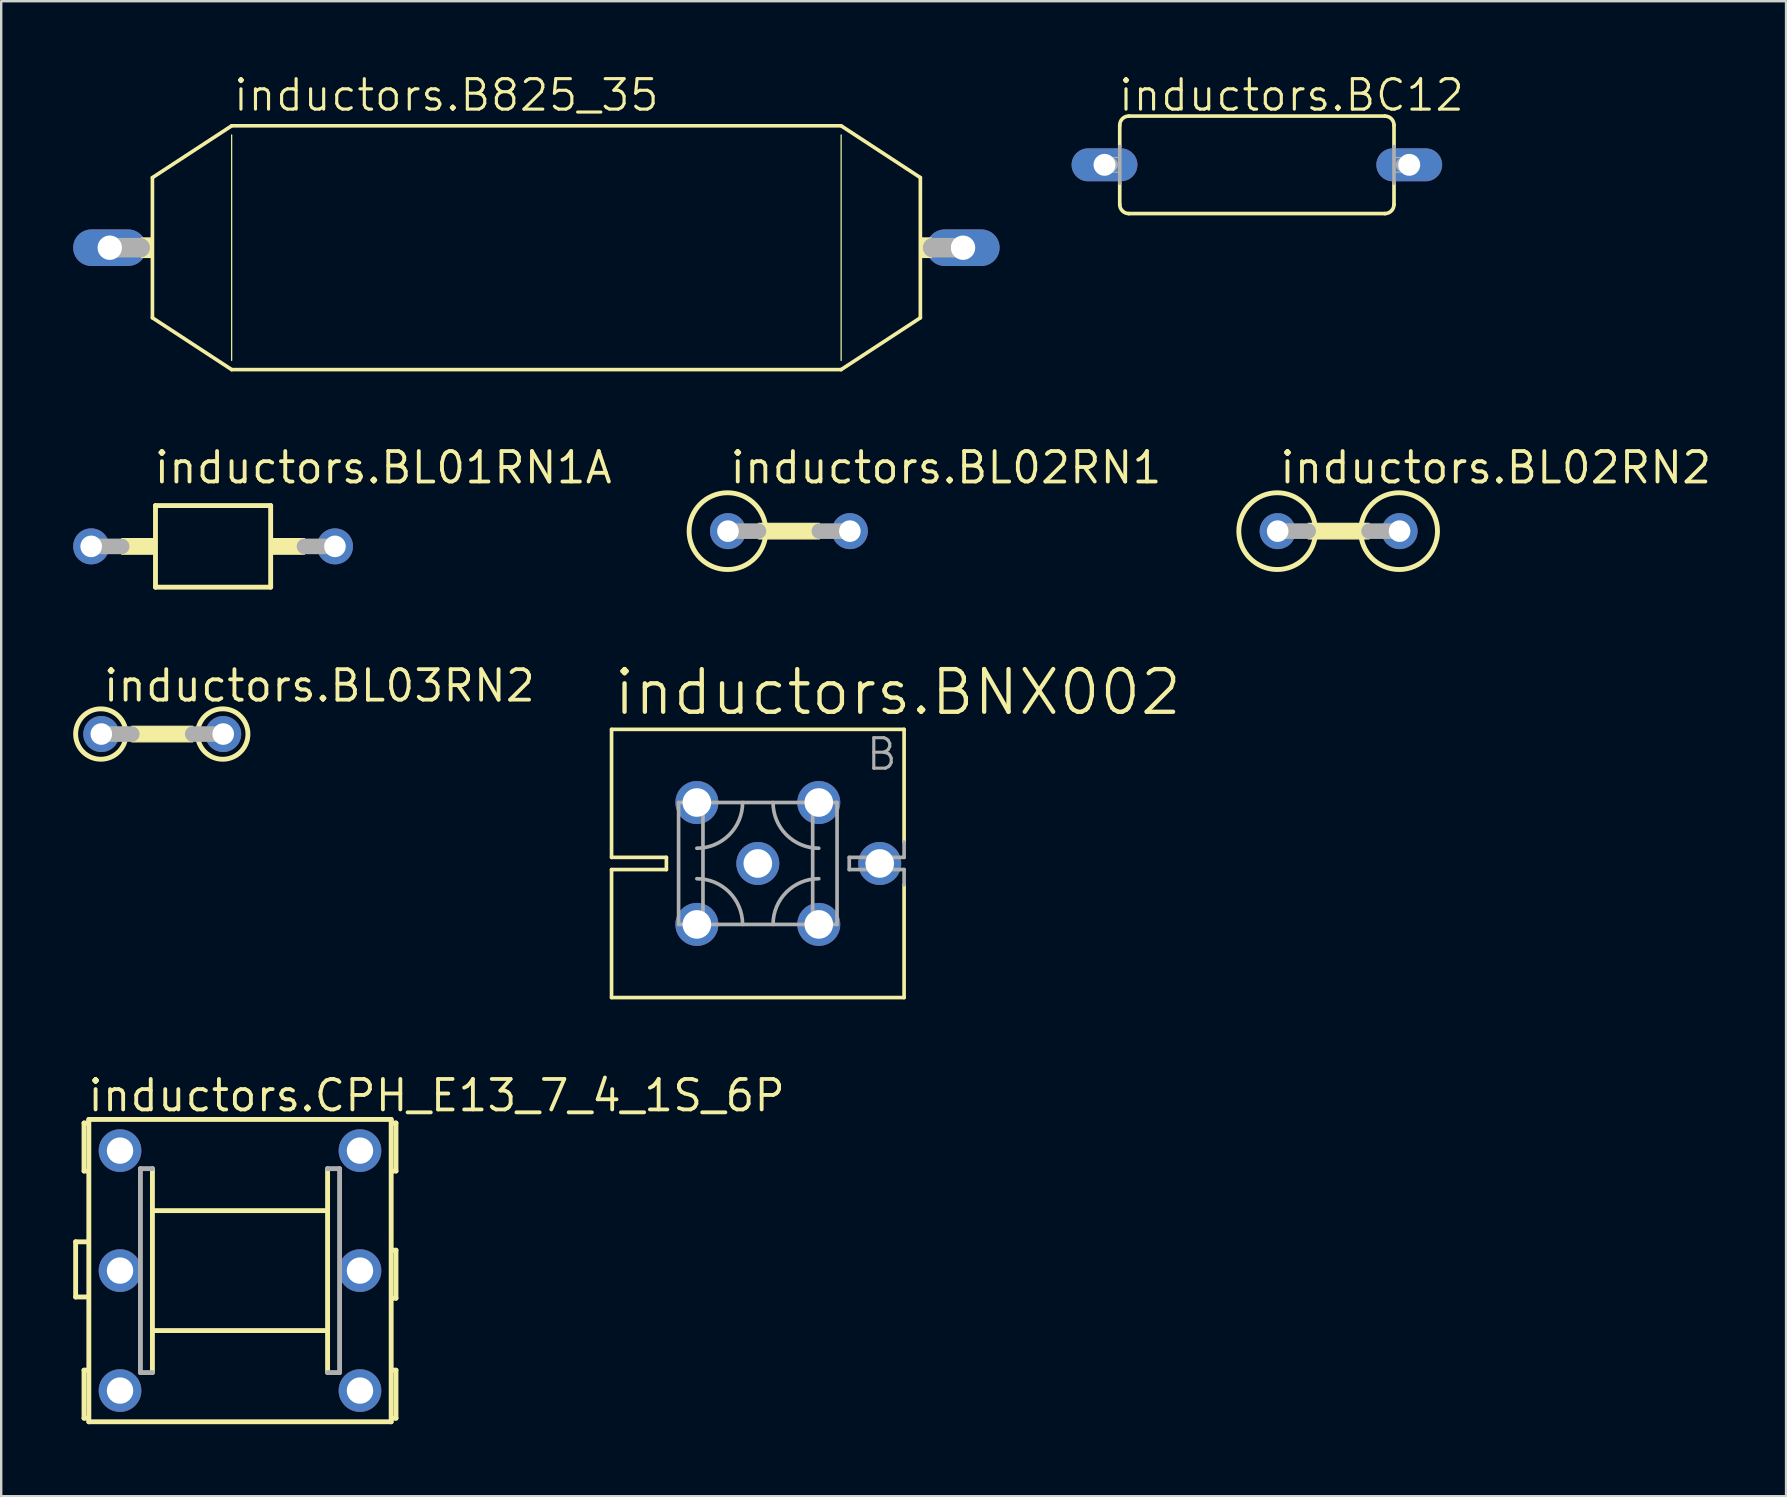
<source format=kicad_pcb>
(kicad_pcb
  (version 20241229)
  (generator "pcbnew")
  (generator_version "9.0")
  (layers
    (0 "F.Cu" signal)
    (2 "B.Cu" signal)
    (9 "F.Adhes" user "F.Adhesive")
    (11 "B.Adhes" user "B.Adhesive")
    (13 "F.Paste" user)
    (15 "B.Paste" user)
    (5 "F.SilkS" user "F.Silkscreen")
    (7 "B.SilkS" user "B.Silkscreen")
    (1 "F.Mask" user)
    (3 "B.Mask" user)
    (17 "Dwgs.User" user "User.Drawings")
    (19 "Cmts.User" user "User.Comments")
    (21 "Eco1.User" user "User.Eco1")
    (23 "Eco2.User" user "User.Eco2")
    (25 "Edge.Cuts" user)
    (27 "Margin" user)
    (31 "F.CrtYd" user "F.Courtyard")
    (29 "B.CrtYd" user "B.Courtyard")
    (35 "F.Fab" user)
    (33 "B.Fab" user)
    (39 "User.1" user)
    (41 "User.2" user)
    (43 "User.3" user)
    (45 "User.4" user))
  (footprint "inductors.BL02RN2"
    (layer "F.Cu")
    (at 52.737 19.085)
    (property "Reference" "inductors.BL02RN2" (at -2.54 -1.905 0) (layer "F.SilkS") (effects (font (size 1.27 1.27) (thickness 0.16)) (justify left bottom)))
    (attr through_hole)
    (fp_rect (start -1.27 0.325) (end 1.27 -0.325) (stroke (width 0.05) (type default)) (fill yes) (layer "F.SilkS"))
    (fp_circle (center -2.56 0) (end -0.96 0) (stroke (width 0.203) (type default)) (fill no) (layer "F.SilkS"))
    (fp_circle (center 2.52 0) (end 4.12 0) (stroke (width 0.203) (type default)) (fill no) (layer "F.SilkS"))
    (fp_line (start -2.54 0) (end -1.27 0) (stroke (width 0.65) (type default)) (layer "F.Fab"))
    (fp_line (start 2.54 0) (end 1.27 0) (stroke (width 0.65) (type default)) (layer "F.Fab"))
    (pad "1" thru_hole circle (at -2.54 0) (size 1.5 1.5) (drill 0.9) (layers "*.Cu" "*.Mask"))
    (pad "2" thru_hole circle (at 2.54 0) (size 1.5 1.5) (drill 0.9) (layers "*.Cu" "*.Mask")))
  (footprint "inductors.CPH_E13_7_4_1S_6P"
    (layer "F.Cu")
    (at 6.952 49.902)
    (property "Reference" "inductors.CPH_E13_7_4_1S_6P" (at -6.426 -6.553 0) (layer "F.SilkS") (effects (font (size 1.27 1.27) (thickness 0.16)) (justify left bottom)))
    (attr through_hole)
    (fp_line (start -6.85 -1.2) (end -6.35 -1.2) (stroke (width 0.203) (type default)) (layer "F.SilkS"))
    (fp_line (start -6.85 1.1) (end -6.85 -1.2) (stroke (width 0.203) (type default)) (layer "F.SilkS"))
    (fp_line (start -6.5 -6.15) (end -6.35 -6.15) (stroke (width 0.203) (type default)) (layer "F.SilkS"))
    (fp_line (start -6.5 -4.15) (end -6.5 -6.15) (stroke (width 0.203) (type default)) (layer "F.SilkS"))
    (fp_line (start -6.5 6.15) (end -6.5 4.15) (stroke (width 0.203) (type default)) (layer "F.SilkS"))
    (fp_line (start -6.35 -4.15) (end -6.5 -4.15) (stroke (width 0.203) (type default)) (layer "F.SilkS"))
    (fp_line (start -6.35 1.1) (end -6.85 1.1) (stroke (width 0.203) (type default)) (layer "F.SilkS"))
    (fp_line (start -6.35 4.15) (end -6.5 4.15) (stroke (width 0.203) (type default)) (layer "F.SilkS"))
    (fp_line (start -6.35 6.15) (end -6.5 6.15) (stroke (width 0.203) (type default)) (layer "F.SilkS"))
    (fp_line (start -6.3 -6.3) (end 6.3 -6.3) (stroke (width 0.203) (type default)) (layer "F.SilkS"))
    (fp_line (start -6.3 6.3) (end -6.3 -6.3) (stroke (width 0.203) (type default)) (layer "F.SilkS"))
    (fp_line (start -3.65 -2.5) (end -3.65 -4.25) (stroke (width 0.203) (type default)) (layer "F.SilkS"))
    (fp_line (start -3.65 -2.5) (end 3.65 -2.5) (stroke (width 0.203) (type default)) (layer "F.SilkS"))
    (fp_line (start -3.65 2.5) (end -3.65 -2.5) (stroke (width 0.203) (type default)) (layer "F.SilkS"))
    (fp_line (start -3.65 4.25) (end -3.65 2.5) (stroke (width 0.203) (type default)) (layer "F.SilkS"))
    (fp_line (start 3.65 -4.25) (end 3.65 -2.5) (stroke (width 0.203) (type default)) (layer "F.SilkS"))
    (fp_line (start 3.65 -2.5) (end 3.65 2.5) (stroke (width 0.203) (type default)) (layer "F.SilkS"))
    (fp_line (start 3.65 2.5) (end -3.65 2.5) (stroke (width 0.203) (type default)) (layer "F.SilkS"))
    (fp_line (start 3.65 2.5) (end 3.65 4.25) (stroke (width 0.203) (type default)) (layer "F.SilkS"))
    (fp_line (start 6.3 -6.3) (end 6.3 6.3) (stroke (width 0.203) (type default)) (layer "F.SilkS"))
    (fp_line (start 6.3 6.3) (end -6.3 6.3) (stroke (width 0.203) (type default)) (layer "F.SilkS"))
    (fp_line (start 6.35 -6.15) (end 6.5 -6.15) (stroke (width 0.203) (type default)) (layer "F.SilkS"))
    (fp_line (start 6.35 -4.15) (end 6.5 -4.15) (stroke (width 0.203) (type default)) (layer "F.SilkS"))
    (fp_line (start 6.35 -0.85) (end 6.5 -0.85) (stroke (width 0.203) (type default)) (layer "F.SilkS"))
    (fp_line (start 6.35 4.15) (end 6.5 4.15) (stroke (width 0.203) (type default)) (layer "F.SilkS"))
    (fp_line (start 6.5 -6.15) (end 6.5 -4.15) (stroke (width 0.203) (type default)) (layer "F.SilkS"))
    (fp_line (start 6.5 -0.85) (end 6.5 1.15) (stroke (width 0.203) (type default)) (layer "F.SilkS"))
    (fp_line (start 6.5 1.15) (end 6.35 1.15) (stroke (width 0.203) (type default)) (layer "F.SilkS"))
    (fp_line (start 6.5 4.15) (end 6.5 6.15) (stroke (width 0.203) (type default)) (layer "F.SilkS"))
    (fp_line (start 6.5 6.15) (end 6.35 6.15) (stroke (width 0.203) (type default)) (layer "F.SilkS"))
    (fp_line (start -4.15 -4.25) (end -3.65 -4.25) (stroke (width 0.203) (type default)) (layer "F.Fab"))
    (fp_line (start -4.15 4.25) (end -4.15 -4.25) (stroke (width 0.203) (type default)) (layer "F.Fab"))
    (fp_line (start -3.65 4.25) (end -4.15 4.25) (stroke (width 0.203) (type default)) (layer "F.Fab"))
    (fp_line (start 3.65 -4.25) (end 4.15 -4.25) (stroke (width 0.203) (type default)) (layer "F.Fab"))
    (fp_line (start 4.15 -4.25) (end 4.15 4.25) (stroke (width 0.203) (type default)) (layer "F.Fab"))
    (fp_line (start 4.15 4.25) (end 3.65 4.25) (stroke (width 0.203) (type default)) (layer "F.Fab"))
    (pad "1" thru_hole circle (at -5 -5 270) (size 1.778 1.778) (drill 1.1) (layers "*.Cu" "*.Mask"))
    (pad "2" thru_hole circle (at -5 0 270) (size 1.778 1.778) (drill 1.1) (layers "*.Cu" "*.Mask"))
    (pad "3" thru_hole circle (at -5 5 270) (size 1.778 1.778) (drill 1.1) (layers "*.Cu" "*.Mask"))
    (pad "4" thru_hole circle (at 5 5 270) (size 1.778 1.778) (drill 1.1) (layers "*.Cu" "*.Mask"))
    (pad "5" thru_hole circle (at 5 0 270) (size 1.778 1.778) (drill 1.1) (layers "*.Cu" "*.Mask"))
    (pad "6" thru_hole circle (at 5 -5 270) (size 1.778 1.778) (drill 1.1) (layers "*.Cu" "*.Mask")))
  (footprint "inductors.BL02RN1"
    (layer "F.Cu")
    (at 29.828 19.085)
    (property "Reference" "inductors.BL02RN1" (at -2.54 -1.905 0) (layer "F.SilkS") (effects (font (size 1.27 1.27) (thickness 0.16)) (justify left bottom)))
    (attr through_hole)
    (fp_rect (start -1.27 0.325) (end 1.27 -0.325) (stroke (width 0.05) (type default)) (fill yes) (layer "F.SilkS"))
    (fp_circle (center -2.56 0) (end -0.96 0) (stroke (width 0.203) (type default)) (fill no) (layer "F.SilkS"))
    (fp_line (start -2.54 0) (end -1.27 0) (stroke (width 0.65) (type default)) (layer "F.Fab"))
    (fp_line (start 2.54 0) (end 1.27 0) (stroke (width 0.65) (type default)) (layer "F.Fab"))
    (pad "1" thru_hole circle (at -2.54 0) (size 1.5 1.5) (drill 0.9) (layers "*.Cu" "*.Mask"))
    (pad "2" thru_hole circle (at 2.54 0) (size 1.5 1.5) (drill 0.9) (layers "*.Cu" "*.Mask")))
  (footprint "inductors.BL01RN1A"
    (layer "F.Cu")
    (at 5.83 19.72)
    (property "Reference" "inductors.BL01RN1A" (at -2.54 -2.54 0) (layer "F.SilkS") (effects (font (size 1.27 1.27) (thickness 0.16)) (justify left bottom)))
    (attr through_hole)
    (fp_line (start -2.4 -1.7) (end 2.4 -1.7) (stroke (width 0.203) (type default)) (layer "F.SilkS"))
    (fp_line (start -2.4 1.7) (end -2.4 -1.7) (stroke (width 0.203) (type default)) (layer "F.SilkS"))
    (fp_line (start 2.4 -1.7) (end 2.4 1.7) (stroke (width 0.203) (type default)) (layer "F.SilkS"))
    (fp_line (start 2.4 1.7) (end -2.4 1.7) (stroke (width 0.203) (type default)) (layer "F.SilkS"))
    (fp_rect (start -3.81 0.325) (end -2.475 -0.325) (stroke (width 0.05) (type default)) (fill yes) (layer "F.SilkS"))
    (fp_rect (start 2.475 0.325) (end 3.81 -0.325) (stroke (width 0.05) (type default)) (fill yes) (layer "F.SilkS"))
    (fp_line (start -5.08 0) (end -3.81 0) (stroke (width 0.65) (type default)) (layer "F.Fab"))
    (fp_line (start 5.08 0) (end 3.81 0) (stroke (width 0.65) (type default)) (layer "F.Fab"))
    (pad "1" thru_hole circle (at -5.08 0) (size 1.5 1.5) (drill 0.9) (layers "*.Cu" "*.Mask"))
    (pad "2" thru_hole circle (at 5.08 0) (size 1.5 1.5) (drill 0.9) (layers "*.Cu" "*.Mask")))
  (footprint "inductors.BC12"
    (layer "F.Cu")
    (at 49.33 3.819)
    (property "Reference" "inductors.BC12" (at -5.842 -2.159 0) (layer "F.SilkS") (effects (font (size 1.27 1.27) (thickness 0.13)) (justify left bottom)))
    (attr through_hole)
    (fp_line (start -5.715 -0.762) (end -5.715 -1.651) (stroke (width 0.152) (type default)) (layer "F.SilkS"))
    (fp_line (start -5.715 1.651) (end -5.715 0.762) (stroke (width 0.152) (type default)) (layer "F.SilkS"))
    (fp_line (start -5.334 -2.032) (end 5.334 -2.032) (stroke (width 0.152) (type default)) (layer "F.SilkS"))
    (fp_line (start 5.334 2.032) (end -5.334 2.032) (stroke (width 0.152) (type default)) (layer "F.SilkS"))
    (fp_line (start 5.715 -0.762) (end 5.715 -1.651) (stroke (width 0.152) (type default)) (layer "F.SilkS"))
    (fp_line (start 5.715 1.651) (end 5.715 0.762) (stroke (width 0.152) (type default)) (layer "F.SilkS"))
    (fp_arc (start -5.715 -1.651) (mid -5.603408 -1.920408) (end -5.334 -2.032) (stroke (width 0.1524) (type default)) (layer "F.SilkS"))
    (fp_arc (start -5.334 2.032) (mid -5.603408 1.920408) (end -5.715 1.651) (stroke (width 0.1524) (type default)) (layer "F.SilkS"))
    (fp_arc (start 5.334 -2.032) (mid 5.603408 -1.920408) (end 5.715 -1.651) (stroke (width 0.1524) (type default)) (layer "F.SilkS"))
    (fp_arc (start 5.715 1.651) (mid 5.603408 1.920408) (end 5.334 2.032) (stroke (width 0.1524) (type default)) (layer "F.SilkS"))
    (fp_line (start -6.096 0) (end -6.35 0) (stroke (width 0.61) (type default)) (layer "F.Fab"))
    (fp_line (start -5.715 -0.762) (end -5.715 0.762) (stroke (width 0.152) (type default)) (layer "F.Fab"))
    (fp_line (start 5.715 -0.762) (end 5.715 0.762) (stroke (width 0.152) (type default)) (layer "F.Fab"))
    (fp_line (start 6.35 0) (end 6.096 0) (stroke (width 0.61) (type default)) (layer "F.Fab"))
    (fp_rect (start -6.02 0.305) (end -5.715 -0.305) (stroke (width 0.05) (type default)) (fill no) (layer "F.Fab"))
    (fp_rect (start 5.715 0.305) (end 6.02 -0.305) (stroke (width 0.05) (type default)) (fill no) (layer "F.Fab"))
    (pad "1" thru_hole oval (at -6.35 0) (size 2.743 1.372) (drill 0.914) (layers "*.Cu" "*.Mask"))
    (pad "2" thru_hole oval (at 6.35 0) (size 2.743 1.372) (drill 0.914) (layers "*.Cu" "*.Mask")))
  (footprint "inductors.BL03RN2"
    (layer "F.Cu")
    (at 3.712 27.541)
    (property "Reference" "inductors.BL03RN2" (at -2.54 -1.27 0) (layer "F.SilkS") (effects (font (size 1.27 1.27) (thickness 0.16)) (justify left bottom)))
    (attr through_hole)
    (fp_rect (start -1.27 0.325) (end 1.27 -0.325) (stroke (width 0.05) (type default)) (fill yes) (layer "F.SilkS"))
    (fp_circle (center -2.56 0) (end -1.51 0) (stroke (width 0.203) (type default)) (fill no) (layer "F.SilkS"))
    (fp_circle (center 2.52 0) (end 3.571 0) (stroke (width 0.203) (type default)) (fill no) (layer "F.SilkS"))
    (fp_line (start -2.54 0) (end -1.27 0) (stroke (width 0.65) (type default)) (layer "F.Fab"))
    (fp_line (start 2.54 0) (end 1.27 0) (stroke (width 0.65) (type default)) (layer "F.Fab"))
    (pad "1" thru_hole circle (at -2.54 0) (size 1.5 1.5) (drill 0.9) (layers "*.Cu" "*.Mask"))
    (pad "2" thru_hole circle (at 2.54 0) (size 1.5 1.5) (drill 0.9) (layers "*.Cu" "*.Mask")))
  (footprint "inductors.B825_35"
    (layer "F.Cu")
    (at 19.304 7.273)
    (property "Reference" "inductors.B825_35" (at -12.7 -5.613 0) (layer "F.SilkS") (effects (font (size 1.27 1.27) (thickness 0.13)) (justify left bottom)))
    (attr through_hole)
    (fp_line (start -16.002 -2.921) (end -12.7 -5.08) (stroke (width 0.152) (type default)) (layer "F.SilkS"))
    (fp_line (start -16.002 2.921) (end -16.002 -2.921) (stroke (width 0.152) (type default)) (layer "F.SilkS"))
    (fp_line (start -16.002 2.921) (end -12.7 5.08) (stroke (width 0.152) (type default)) (layer "F.SilkS"))
    (fp_line (start -12.7 -4.699) (end -12.7 4.699) (stroke (width 0.051) (type default)) (layer "F.SilkS"))
    (fp_line (start 12.7 -5.08) (end -12.7 -5.08) (stroke (width 0.152) (type default)) (layer "F.SilkS"))
    (fp_line (start 12.7 -4.699) (end 12.7 4.699) (stroke (width 0.051) (type default)) (layer "F.SilkS"))
    (fp_line (start 12.7 5.08) (end -12.7 5.08) (stroke (width 0.152) (type default)) (layer "F.SilkS"))
    (fp_line (start 16.002 -2.921) (end 12.7 -5.08) (stroke (width 0.152) (type default)) (layer "F.SilkS"))
    (fp_line (start 16.002 2.921) (end 12.7 5.08) (stroke (width 0.152) (type default)) (layer "F.SilkS"))
    (fp_line (start 16.002 2.921) (end 16.002 -2.921) (stroke (width 0.152) (type default)) (layer "F.SilkS"))
    (fp_rect (start -16.459 0.406) (end -16.002 -0.406) (stroke (width 0.05) (type default)) (fill yes) (layer "F.SilkS"))
    (fp_rect (start 16.002 0.406) (end 16.459 -0.406) (stroke (width 0.05) (type default)) (fill yes) (layer "F.SilkS"))
    (fp_line (start -17.78 0) (end -16.51 0) (stroke (width 0.813) (type default)) (layer "F.Fab"))
    (fp_line (start 16.51 0) (end 17.78 0) (stroke (width 0.813) (type default)) (layer "F.Fab"))
    (pad "1" thru_hole oval (at -17.78 0) (size 3.048 1.524) (drill 1.016) (layers "*.Cu" "*.Mask"))
    (pad "2" thru_hole oval (at 17.78 0) (size 3.048 1.524) (drill 1.016) (layers "*.Cu" "*.Mask")))
  (footprint "inductors.BNX002"
    (layer "F.Cu")
    (at 28.532 32.935)
    (property "Reference" "inductors.BNX002" (at -6.096 -6.096 0) (layer "F.SilkS") (effects (font (size 1.778 1.778) (thickness 0.18)) (justify left bottom)))
    (attr through_hole)
    (fp_line (start -6.096 -5.588) (end -6.096 -0.254) (stroke (width 0.152) (type default)) (layer "F.SilkS"))
    (fp_line (start -6.096 -5.588) (end 6.096 -5.588) (stroke (width 0.152) (type default)) (layer "F.SilkS"))
    (fp_line (start -6.096 0.254) (end -6.096 5.588) (stroke (width 0.152) (type default)) (layer "F.SilkS"))
    (fp_line (start -6.096 0.254) (end -3.81 0.254) (stroke (width 0.152) (type default)) (layer "F.SilkS"))
    (fp_line (start -3.81 -0.254) (end -6.096 -0.254) (stroke (width 0.152) (type default)) (layer "F.SilkS"))
    (fp_line (start -3.81 -0.254) (end -3.81 0.254) (stroke (width 0.152) (type default)) (layer "F.SilkS"))
    (fp_line (start 6.096 -0.889) (end 6.096 -5.588) (stroke (width 0.152) (type default)) (layer "F.SilkS"))
    (fp_line (start 6.096 5.588) (end -6.096 5.588) (stroke (width 0.152) (type default)) (layer "F.SilkS"))
    (fp_line (start 6.096 5.588) (end 6.096 0.889) (stroke (width 0.152) (type default)) (layer "F.SilkS"))
    (fp_line (start -3.302 -2.54) (end -3.302 2.54) (stroke (width 0.152) (type default)) (layer "F.Fab"))
    (fp_line (start -3.302 -2.54) (end -2.286 -2.54) (stroke (width 0.152) (type default)) (layer "F.Fab"))
    (fp_line (start -2.286 -2.54) (end 2.286 -2.54) (stroke (width 0.152) (type default)) (layer "F.Fab"))
    (fp_line (start -2.286 2.54) (end -3.302 2.54) (stroke (width 0.152) (type default)) (layer "F.Fab"))
    (fp_line (start -2.286 2.54) (end -2.286 -2.54) (stroke (width 0.152) (type default)) (layer "F.Fab"))
    (fp_line (start 2.286 -2.54) (end 3.302 -2.54) (stroke (width 0.152) (type default)) (layer "F.Fab"))
    (fp_line (start 2.286 2.54) (end -2.286 2.54) (stroke (width 0.152) (type default)) (layer "F.Fab"))
    (fp_line (start 2.286 2.54) (end 2.286 -2.54) (stroke (width 0.152) (type default)) (layer "F.Fab"))
    (fp_line (start 3.302 2.54) (end 2.286 2.54) (stroke (width 0.152) (type default)) (layer "F.Fab"))
    (fp_line (start 3.302 2.54) (end 3.302 -2.54) (stroke (width 0.152) (type default)) (layer "F.Fab"))
    (fp_line (start 3.81 0.254) (end 3.81 -0.254) (stroke (width 0.152) (type default)) (layer "F.Fab"))
    (fp_line (start 3.81 0.254) (end 6.096 0.254) (stroke (width 0.152) (type default)) (layer "F.Fab"))
    (fp_line (start 6.096 -0.889) (end 6.096 -0.254) (stroke (width 0.152) (type default)) (layer "F.Fab"))
    (fp_line (start 6.096 -0.254) (end 3.81 -0.254) (stroke (width 0.152) (type default)) (layer "F.Fab"))
    (fp_line (start 6.096 0.254) (end 6.096 0.889) (stroke (width 0.152) (type default)) (layer "F.Fab"))
    (fp_rect (start -3.302 2.54) (end -2.286 -2.54) (stroke (width 0.05) (type default)) (fill no) (layer "F.Fab"))
    (fp_rect (start 2.286 2.54) (end 3.302 -2.54) (stroke (width 0.05) (type default)) (fill no) (layer "F.Fab"))
    (fp_arc (start -2.54 0.635) (mid -1.192962 1.192962) (end -0.635 2.54) (stroke (width 0.1524) (type default)) (layer "F.Fab"))
    (fp_arc (start -0.635 -2.54) (mid -1.192962 -1.192962) (end -2.54 -0.635) (stroke (width 0.1524) (type default)) (layer "F.Fab"))
    (fp_arc (start 0.635 2.54) (mid 1.192962 1.192962) (end 2.54 0.635) (stroke (width 0.1524) (type default)) (layer "F.Fab"))
    (fp_arc (start 2.54 -0.635) (mid 1.192962 -1.192962) (end 0.635 -2.54) (stroke (width 0.1524) (type default)) (layer "F.Fab"))
    (fp_text user "B" (at 4.445 -3.81 0) (layer "F.Fab") (effects (font (size 1.27 1.27) (thickness 0.13)) (justify left bottom)))
    (pad "B" thru_hole circle (at 2.54 -2.54) (size 1.791 1.791) (drill 1.194) (layers "*.Cu" "*.Mask"))
    (pad "CB" thru_hole circle (at 2.54 2.54) (size 1.791 1.791) (drill 1.194) (layers "*.Cu" "*.Mask"))
    (pad "CG" thru_hole circle (at -2.54 2.54) (size 1.791 1.791) (drill 1.194) (layers "*.Cu" "*.Mask"))
    (pad "CG1" thru_hole circle (at 0 0) (size 1.791 1.791) (drill 1.194) (layers "*.Cu" "*.Mask"))
    (pad "CG2" thru_hole circle (at 5.08 0) (size 1.791 1.791) (drill 1.194) (layers "*.Cu" "*.Mask"))
    (pad "PSG" thru_hole circle (at -2.54 -2.54) (size 1.791 1.791) (drill 1.194) (layers "*.Cu" "*.Mask")))
  (gr_rect
    (start -3 -3)
    (end 71.384 59.304)
    (stroke (width 0.1) (type default))
    (fill no)
    (layer "Edge.Cuts")))
</source>
